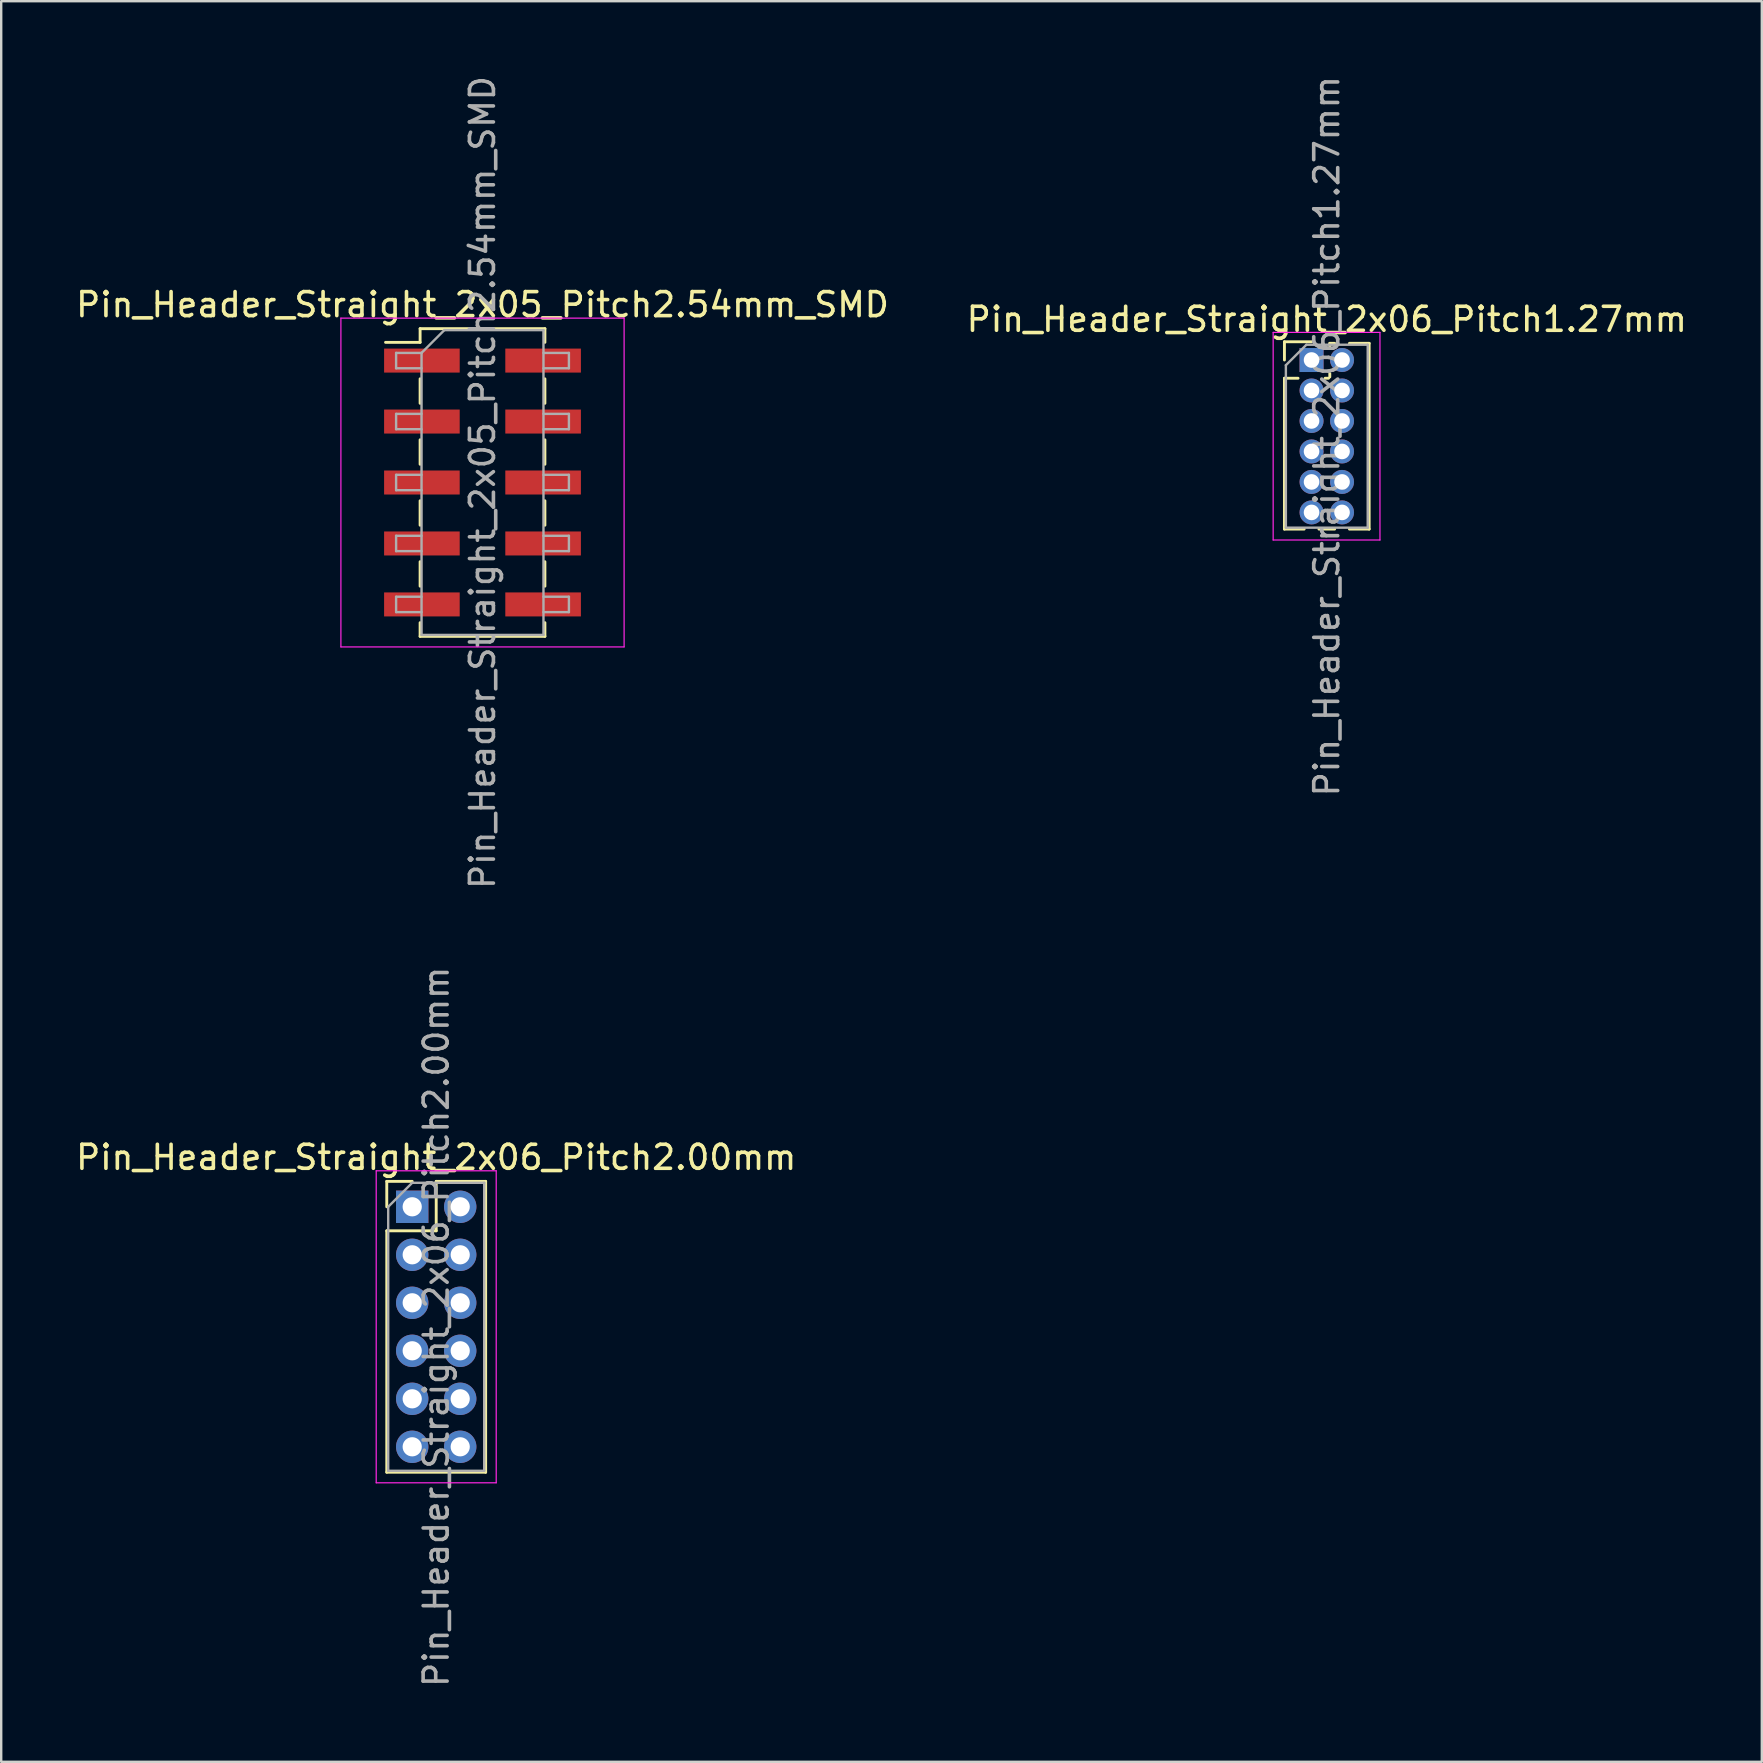
<source format=kicad_pcb>
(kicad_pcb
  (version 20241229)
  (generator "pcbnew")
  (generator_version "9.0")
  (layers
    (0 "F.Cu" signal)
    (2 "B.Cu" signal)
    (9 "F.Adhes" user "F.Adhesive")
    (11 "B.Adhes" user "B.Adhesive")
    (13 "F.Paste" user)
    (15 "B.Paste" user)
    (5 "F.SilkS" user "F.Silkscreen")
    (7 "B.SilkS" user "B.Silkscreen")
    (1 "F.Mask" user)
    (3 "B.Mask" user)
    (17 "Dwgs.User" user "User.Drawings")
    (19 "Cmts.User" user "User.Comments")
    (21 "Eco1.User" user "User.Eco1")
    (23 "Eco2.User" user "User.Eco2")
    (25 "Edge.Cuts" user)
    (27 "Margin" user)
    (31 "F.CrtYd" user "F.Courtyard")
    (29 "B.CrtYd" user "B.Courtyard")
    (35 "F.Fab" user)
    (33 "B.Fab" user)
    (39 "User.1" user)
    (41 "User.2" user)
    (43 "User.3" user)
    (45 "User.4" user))
  (footprint "Pin_Header_Straight_2x06_Pitch1.27mm"
    (layer "F.Cu")
    (at 51.597 11.95)
    (property "Reference" "Pin_Header_Straight_2x06_Pitch1.27mm" (at 0.635 -1.695 0) (layer "F.SilkS") (effects (font (size 1 1) (thickness 0.15))))
    (attr through_hole)
    (fp_line (start -1.13 -0.76) (end 0 -0.76) (stroke (width 0.12) (type solid)) (layer "F.SilkS"))
    (fp_line (start -1.13 0) (end -1.13 -0.76) (stroke (width 0.12) (type solid)) (layer "F.SilkS"))
    (fp_line (start -1.13 0.76) (end -1.13 7.045) (stroke (width 0.12) (type solid)) (layer "F.SilkS"))
    (fp_line (start -1.13 0.76) (end -0.563 0.76) (stroke (width 0.12) (type solid)) (layer "F.SilkS"))
    (fp_line (start -1.13 7.045) (end -0.308 7.045) (stroke (width 0.12) (type solid)) (layer "F.SilkS"))
    (fp_line (start 0.308 7.045) (end 0.962 7.045) (stroke (width 0.12) (type solid)) (layer "F.SilkS"))
    (fp_line (start 0.563 0.76) (end 0.707 0.76) (stroke (width 0.12) (type solid)) (layer "F.SilkS"))
    (fp_line (start 0.76 -0.695) (end 0.962 -0.695) (stroke (width 0.12) (type solid)) (layer "F.SilkS"))
    (fp_line (start 0.76 -0.563) (end 0.76 -0.695) (stroke (width 0.12) (type solid)) (layer "F.SilkS"))
    (fp_line (start 0.76 0.707) (end 0.76 0.563) (stroke (width 0.12) (type solid)) (layer "F.SilkS"))
    (fp_line (start 1.578 -0.695) (end 2.4 -0.695) (stroke (width 0.12) (type solid)) (layer "F.SilkS"))
    (fp_line (start 1.578 7.045) (end 2.4 7.045) (stroke (width 0.12) (type solid)) (layer "F.SilkS"))
    (fp_line (start 2.4 -0.695) (end 2.4 7.045) (stroke (width 0.12) (type solid)) (layer "F.SilkS"))
    (fp_line (start -1.6 -1.15) (end -1.6 7.5) (stroke (width 0.05) (type solid)) (layer "F.CrtYd"))
    (fp_line (start -1.6 7.5) (end 2.85 7.5) (stroke (width 0.05) (type solid)) (layer "F.CrtYd"))
    (fp_line (start 2.85 -1.15) (end -1.6 -1.15) (stroke (width 0.05) (type solid)) (layer "F.CrtYd"))
    (fp_line (start 2.85 7.5) (end 2.85 -1.15) (stroke (width 0.05) (type solid)) (layer "F.CrtYd"))
    (fp_line (start -1.07 0.217) (end -0.217 -0.635) (stroke (width 0.1) (type solid)) (layer "F.Fab"))
    (fp_line (start -1.07 6.985) (end -1.07 0.217) (stroke (width 0.1) (type solid)) (layer "F.Fab"))
    (fp_line (start -0.217 -0.635) (end 2.34 -0.635) (stroke (width 0.1) (type solid)) (layer "F.Fab"))
    (fp_line (start 2.34 -0.635) (end 2.34 6.985) (stroke (width 0.1) (type solid)) (layer "F.Fab"))
    (fp_line (start 2.34 6.985) (end -1.07 6.985) (stroke (width 0.1) (type solid)) (layer "F.Fab"))
    (fp_text user "${REFERENCE}" (at 0.635 3.175 90) (layer "F.Fab") (effects (font (size 1 1) (thickness 0.15))))
    (pad "1" thru_hole rect (at 0 0) (size 1 1) (drill 0.65) (layers "*.Cu" "*.Mask"))
    (pad "2" thru_hole oval (at 1.27 0) (size 1 1) (drill 0.65) (layers "*.Cu" "*.Mask"))
    (pad "3" thru_hole oval (at 0 1.27) (size 1 1) (drill 0.65) (layers "*.Cu" "*.Mask"))
    (pad "4" thru_hole oval (at 1.27 1.27) (size 1 1) (drill 0.65) (layers "*.Cu" "*.Mask"))
    (pad "5" thru_hole oval (at 0 2.54) (size 1 1) (drill 0.65) (layers "*.Cu" "*.Mask"))
    (pad "6" thru_hole oval (at 1.27 2.54) (size 1 1) (drill 0.65) (layers "*.Cu" "*.Mask"))
    (pad "7" thru_hole oval (at 0 3.81) (size 1 1) (drill 0.65) (layers "*.Cu" "*.Mask"))
    (pad "8" thru_hole oval (at 1.27 3.81) (size 1 1) (drill 0.65) (layers "*.Cu" "*.Mask"))
    (pad "9" thru_hole oval (at 0 5.08) (size 1 1) (drill 0.65) (layers "*.Cu" "*.Mask"))
    (pad "10" thru_hole oval (at 1.27 5.08) (size 1 1) (drill 0.65) (layers "*.Cu" "*.Mask"))
    (pad "11" thru_hole oval (at 0 6.35) (size 1 1) (drill 0.65) (layers "*.Cu" "*.Mask"))
    (pad "12" thru_hole oval (at 1.27 6.35) (size 1 1) (drill 0.65) (layers "*.Cu" "*.Mask")))
  (footprint "Pin_Header_Straight_2x06_Pitch2.00mm"
    (layer "F.Cu")
    (at 14.125 47.232)
    (property "Reference" "Pin_Header_Straight_2x06_Pitch2.00mm" (at 1 -2.06 0) (layer "F.SilkS") (effects (font (size 1 1) (thickness 0.15))))
    (attr through_hole)
    (fp_line (start -1.06 -1.06) (end 0 -1.06) (stroke (width 0.12) (type solid)) (layer "F.SilkS"))
    (fp_line (start -1.06 0) (end -1.06 -1.06) (stroke (width 0.12) (type solid)) (layer "F.SilkS"))
    (fp_line (start -1.06 1) (end -1.06 11.06) (stroke (width 0.12) (type solid)) (layer "F.SilkS"))
    (fp_line (start -1.06 1) (end 1 1) (stroke (width 0.12) (type solid)) (layer "F.SilkS"))
    (fp_line (start -1.06 11.06) (end 3.06 11.06) (stroke (width 0.12) (type solid)) (layer "F.SilkS"))
    (fp_line (start 1 -1.06) (end 3.06 -1.06) (stroke (width 0.12) (type solid)) (layer "F.SilkS"))
    (fp_line (start 1 1) (end 1 -1.06) (stroke (width 0.12) (type solid)) (layer "F.SilkS"))
    (fp_line (start 3.06 -1.06) (end 3.06 11.06) (stroke (width 0.12) (type solid)) (layer "F.SilkS"))
    (fp_line (start -1.5 -1.5) (end -1.5 11.5) (stroke (width 0.05) (type solid)) (layer "F.CrtYd"))
    (fp_line (start -1.5 11.5) (end 3.5 11.5) (stroke (width 0.05) (type solid)) (layer "F.CrtYd"))
    (fp_line (start 3.5 -1.5) (end -1.5 -1.5) (stroke (width 0.05) (type solid)) (layer "F.CrtYd"))
    (fp_line (start 3.5 11.5) (end 3.5 -1.5) (stroke (width 0.05) (type solid)) (layer "F.CrtYd"))
    (fp_line (start -1 0) (end 0 -1) (stroke (width 0.1) (type solid)) (layer "F.Fab"))
    (fp_line (start -1 11) (end -1 0) (stroke (width 0.1) (type solid)) (layer "F.Fab"))
    (fp_line (start 0 -1) (end 3 -1) (stroke (width 0.1) (type solid)) (layer "F.Fab"))
    (fp_line (start 3 -1) (end 3 11) (stroke (width 0.1) (type solid)) (layer "F.Fab"))
    (fp_line (start 3 11) (end -1 11) (stroke (width 0.1) (type solid)) (layer "F.Fab"))
    (fp_text user "${REFERENCE}" (at 1 5 90) (layer "F.Fab") (effects (font (size 1 1) (thickness 0.15))))
    (pad "1" thru_hole rect (at 0 0) (size 1.35 1.35) (drill 0.8) (layers "*.Cu" "*.Mask"))
    (pad "2" thru_hole oval (at 2 0) (size 1.35 1.35) (drill 0.8) (layers "*.Cu" "*.Mask"))
    (pad "3" thru_hole oval (at 0 2) (size 1.35 1.35) (drill 0.8) (layers "*.Cu" "*.Mask"))
    (pad "4" thru_hole oval (at 2 2) (size 1.35 1.35) (drill 0.8) (layers "*.Cu" "*.Mask"))
    (pad "5" thru_hole oval (at 0 4) (size 1.35 1.35) (drill 0.8) (layers "*.Cu" "*.Mask"))
    (pad "6" thru_hole oval (at 2 4) (size 1.35 1.35) (drill 0.8) (layers "*.Cu" "*.Mask"))
    (pad "7" thru_hole oval (at 0 6) (size 1.35 1.35) (drill 0.8) (layers "*.Cu" "*.Mask"))
    (pad "8" thru_hole oval (at 2 6) (size 1.35 1.35) (drill 0.8) (layers "*.Cu" "*.Mask"))
    (pad "9" thru_hole oval (at 0 8) (size 1.35 1.35) (drill 0.8) (layers "*.Cu" "*.Mask"))
    (pad "10" thru_hole oval (at 2 8) (size 1.35 1.35) (drill 0.8) (layers "*.Cu" "*.Mask"))
    (pad "11" thru_hole oval (at 0 10) (size 1.35 1.35) (drill 0.8) (layers "*.Cu" "*.Mask"))
    (pad "12" thru_hole oval (at 2 10) (size 1.35 1.35) (drill 0.8) (layers "*.Cu" "*.Mask")))
  (footprint "Pin_Header_Straight_2x05_Pitch2.54mm_SMD"
    (layer "F.Cu")
    (at 17.054 17.054)
    (property "Reference" "Pin_Header_Straight_2x05_Pitch2.54mm_SMD" (at 0 -7.41 0) (layer "F.SilkS") (effects (font (size 1 1) (thickness 0.15))))
    (attr smd)
    (fp_line (start -4.04 -5.84) (end -2.6 -5.84) (stroke (width 0.12) (type solid)) (layer "F.SilkS"))
    (fp_line (start -2.6 -6.41) (end -2.6 -5.84) (stroke (width 0.12) (type solid)) (layer "F.SilkS"))
    (fp_line (start -2.6 -6.41) (end 2.6 -6.41) (stroke (width 0.12) (type solid)) (layer "F.SilkS"))
    (fp_line (start -2.6 -4.32) (end -2.6 -3.3) (stroke (width 0.12) (type solid)) (layer "F.SilkS"))
    (fp_line (start -2.6 -1.78) (end -2.6 -0.76) (stroke (width 0.12) (type solid)) (layer "F.SilkS"))
    (fp_line (start -2.6 0.76) (end -2.6 1.78) (stroke (width 0.12) (type solid)) (layer "F.SilkS"))
    (fp_line (start -2.6 3.3) (end -2.6 4.32) (stroke (width 0.12) (type solid)) (layer "F.SilkS"))
    (fp_line (start -2.6 5.84) (end -2.6 6.41) (stroke (width 0.12) (type solid)) (layer "F.SilkS"))
    (fp_line (start -2.6 6.41) (end 2.6 6.41) (stroke (width 0.12) (type solid)) (layer "F.SilkS"))
    (fp_line (start 2.6 -6.41) (end 2.6 -5.84) (stroke (width 0.12) (type solid)) (layer "F.SilkS"))
    (fp_line (start 2.6 -4.32) (end 2.6 -3.3) (stroke (width 0.12) (type solid)) (layer "F.SilkS"))
    (fp_line (start 2.6 -1.78) (end 2.6 -0.76) (stroke (width 0.12) (type solid)) (layer "F.SilkS"))
    (fp_line (start 2.6 0.76) (end 2.6 1.78) (stroke (width 0.12) (type solid)) (layer "F.SilkS"))
    (fp_line (start 2.6 3.3) (end 2.6 4.32) (stroke (width 0.12) (type solid)) (layer "F.SilkS"))
    (fp_line (start 2.6 5.84) (end 2.6 6.41) (stroke (width 0.12) (type solid)) (layer "F.SilkS"))
    (fp_line (start -5.9 -6.85) (end -5.9 6.85) (stroke (width 0.05) (type solid)) (layer "F.CrtYd"))
    (fp_line (start -5.9 6.85) (end 5.9 6.85) (stroke (width 0.05) (type solid)) (layer "F.CrtYd"))
    (fp_line (start 5.9 -6.85) (end -5.9 -6.85) (stroke (width 0.05) (type solid)) (layer "F.CrtYd"))
    (fp_line (start 5.9 6.85) (end 5.9 -6.85) (stroke (width 0.05) (type solid)) (layer "F.CrtYd"))
    (fp_line (start -3.6 -5.4) (end -3.6 -4.76) (stroke (width 0.1) (type solid)) (layer "F.Fab"))
    (fp_line (start -3.6 -4.76) (end -2.54 -4.76) (stroke (width 0.1) (type solid)) (layer "F.Fab"))
    (fp_line (start -3.6 -2.86) (end -3.6 -2.22) (stroke (width 0.1) (type solid)) (layer "F.Fab"))
    (fp_line (start -3.6 -2.22) (end -2.54 -2.22) (stroke (width 0.1) (type solid)) (layer "F.Fab"))
    (fp_line (start -3.6 -0.32) (end -3.6 0.32) (stroke (width 0.1) (type solid)) (layer "F.Fab"))
    (fp_line (start -3.6 0.32) (end -2.54 0.32) (stroke (width 0.1) (type solid)) (layer "F.Fab"))
    (fp_line (start -3.6 2.22) (end -3.6 2.86) (stroke (width 0.1) (type solid)) (layer "F.Fab"))
    (fp_line (start -3.6 2.86) (end -2.54 2.86) (stroke (width 0.1) (type solid)) (layer "F.Fab"))
    (fp_line (start -3.6 4.76) (end -3.6 5.4) (stroke (width 0.1) (type solid)) (layer "F.Fab"))
    (fp_line (start -3.6 5.4) (end -2.54 5.4) (stroke (width 0.1) (type solid)) (layer "F.Fab"))
    (fp_line (start -2.54 -5.4) (end -3.6 -5.4) (stroke (width 0.1) (type solid)) (layer "F.Fab"))
    (fp_line (start -2.54 -5.4) (end -1.59 -6.35) (stroke (width 0.1) (type solid)) (layer "F.Fab"))
    (fp_line (start -2.54 -2.86) (end -3.6 -2.86) (stroke (width 0.1) (type solid)) (layer "F.Fab"))
    (fp_line (start -2.54 -0.32) (end -3.6 -0.32) (stroke (width 0.1) (type solid)) (layer "F.Fab"))
    (fp_line (start -2.54 2.22) (end -3.6 2.22) (stroke (width 0.1) (type solid)) (layer "F.Fab"))
    (fp_line (start -2.54 4.76) (end -3.6 4.76) (stroke (width 0.1) (type solid)) (layer "F.Fab"))
    (fp_line (start -2.54 6.35) (end -2.54 -5.4) (stroke (width 0.1) (type solid)) (layer "F.Fab"))
    (fp_line (start -1.59 -6.35) (end 2.54 -6.35) (stroke (width 0.1) (type solid)) (layer "F.Fab"))
    (fp_line (start 2.54 -6.35) (end 2.54 6.35) (stroke (width 0.1) (type solid)) (layer "F.Fab"))
    (fp_line (start 2.54 -5.4) (end 3.6 -5.4) (stroke (width 0.1) (type solid)) (layer "F.Fab"))
    (fp_line (start 2.54 -2.86) (end 3.6 -2.86) (stroke (width 0.1) (type solid)) (layer "F.Fab"))
    (fp_line (start 2.54 -0.32) (end 3.6 -0.32) (stroke (width 0.1) (type solid)) (layer "F.Fab"))
    (fp_line (start 2.54 2.22) (end 3.6 2.22) (stroke (width 0.1) (type solid)) (layer "F.Fab"))
    (fp_line (start 2.54 4.76) (end 3.6 4.76) (stroke (width 0.1) (type solid)) (layer "F.Fab"))
    (fp_line (start 2.54 6.35) (end -2.54 6.35) (stroke (width 0.1) (type solid)) (layer "F.Fab"))
    (fp_line (start 3.6 -5.4) (end 3.6 -4.76) (stroke (width 0.1) (type solid)) (layer "F.Fab"))
    (fp_line (start 3.6 -4.76) (end 2.54 -4.76) (stroke (width 0.1) (type solid)) (layer "F.Fab"))
    (fp_line (start 3.6 -2.86) (end 3.6 -2.22) (stroke (width 0.1) (type solid)) (layer "F.Fab"))
    (fp_line (start 3.6 -2.22) (end 2.54 -2.22) (stroke (width 0.1) (type solid)) (layer "F.Fab"))
    (fp_line (start 3.6 -0.32) (end 3.6 0.32) (stroke (width 0.1) (type solid)) (layer "F.Fab"))
    (fp_line (start 3.6 0.32) (end 2.54 0.32) (stroke (width 0.1) (type solid)) (layer "F.Fab"))
    (fp_line (start 3.6 2.22) (end 3.6 2.86) (stroke (width 0.1) (type solid)) (layer "F.Fab"))
    (fp_line (start 3.6 2.86) (end 2.54 2.86) (stroke (width 0.1) (type solid)) (layer "F.Fab"))
    (fp_line (start 3.6 4.76) (end 3.6 5.4) (stroke (width 0.1) (type solid)) (layer "F.Fab"))
    (fp_line (start 3.6 5.4) (end 2.54 5.4) (stroke (width 0.1) (type solid)) (layer "F.Fab"))
    (fp_text user "${REFERENCE}" (at 0 0 90) (layer "F.Fab") (effects (font (size 1 1) (thickness 0.15))))
    (pad "1" smd rect (at -2.525 -5.08) (size 3.15 1) (layers "F.Cu" "F.Mask" "F.Paste"))
    (pad "2" smd rect (at 2.525 -5.08) (size 3.15 1) (layers "F.Cu" "F.Mask" "F.Paste"))
    (pad "3" smd rect (at -2.525 -2.54) (size 3.15 1) (layers "F.Cu" "F.Mask" "F.Paste"))
    (pad "4" smd rect (at 2.525 -2.54) (size 3.15 1) (layers "F.Cu" "F.Mask" "F.Paste"))
    (pad "5" smd rect (at -2.525 0) (size 3.15 1) (layers "F.Cu" "F.Mask" "F.Paste"))
    (pad "6" smd rect (at 2.525 0) (size 3.15 1) (layers "F.Cu" "F.Mask" "F.Paste"))
    (pad "7" smd rect (at -2.525 2.54) (size 3.15 1) (layers "F.Cu" "F.Mask" "F.Paste"))
    (pad "8" smd rect (at 2.525 2.54) (size 3.15 1) (layers "F.Cu" "F.Mask" "F.Paste"))
    (pad "9" smd rect (at -2.525 5.08) (size 3.15 1) (layers "F.Cu" "F.Mask" "F.Paste"))
    (pad "10" smd rect (at 2.525 5.08) (size 3.15 1) (layers "F.Cu" "F.Mask" "F.Paste")))
  (gr_rect
    (start -3 -3)
    (end 70.357 70.357)
    (stroke (width 0.1) (type default))
    (fill no)
    (layer "Edge.Cuts")))
</source>
